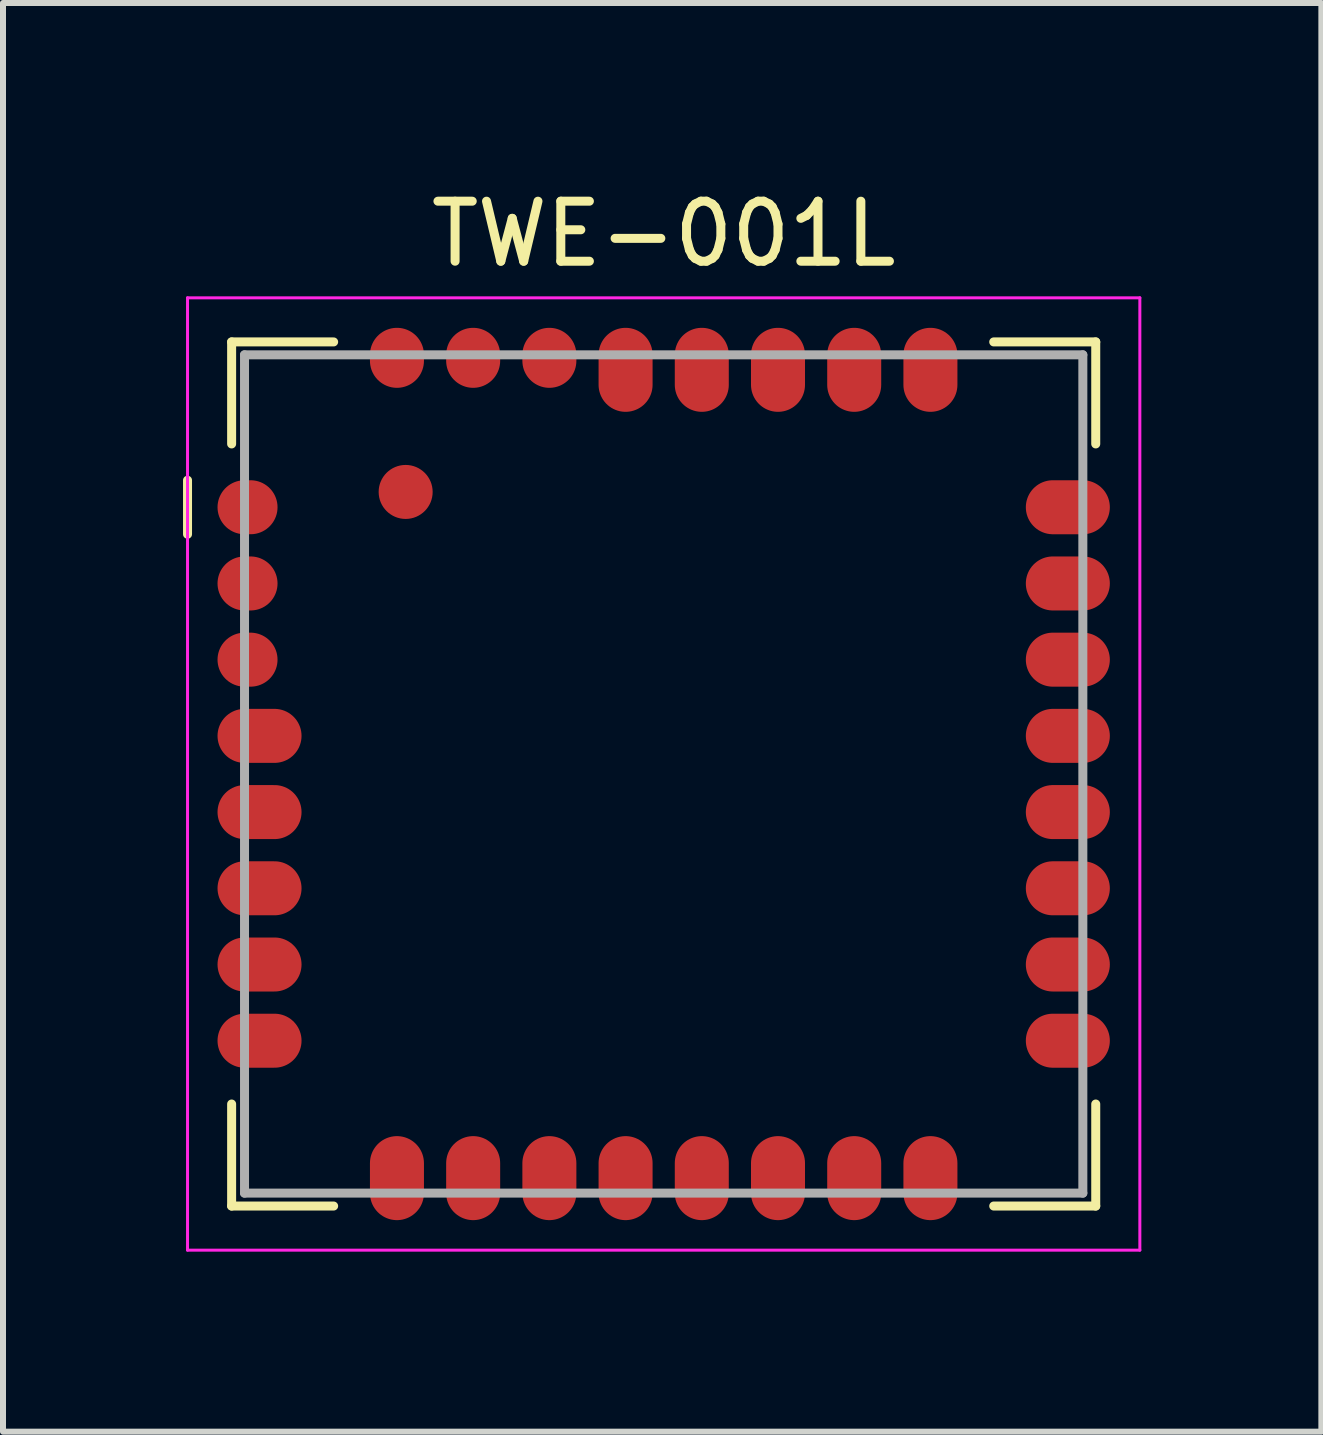
<source format=kicad_pcb>
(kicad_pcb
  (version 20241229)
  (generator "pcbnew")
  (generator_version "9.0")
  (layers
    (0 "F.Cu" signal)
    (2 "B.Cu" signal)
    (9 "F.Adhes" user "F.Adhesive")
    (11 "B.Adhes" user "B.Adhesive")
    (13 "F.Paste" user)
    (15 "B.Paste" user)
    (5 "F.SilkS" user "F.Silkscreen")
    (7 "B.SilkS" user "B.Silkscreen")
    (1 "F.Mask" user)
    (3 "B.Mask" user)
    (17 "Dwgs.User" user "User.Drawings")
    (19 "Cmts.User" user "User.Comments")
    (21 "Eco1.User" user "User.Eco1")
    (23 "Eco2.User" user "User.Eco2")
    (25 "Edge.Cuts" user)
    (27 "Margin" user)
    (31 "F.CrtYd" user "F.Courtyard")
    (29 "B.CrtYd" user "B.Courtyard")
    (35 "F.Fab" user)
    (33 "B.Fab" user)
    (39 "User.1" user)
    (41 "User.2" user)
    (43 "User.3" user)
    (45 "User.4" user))
  (footprint "TWE-001L"
    (layer "F.Cu")
    (at 8.01 9.848)
    (property "Reference" "TWE-001L" (at 0 -9 0) (layer "F.SilkS") (effects (font (size 1 1) (thickness 0.15))))
    (attr smd)
    (fp_line (start -7.935 -4.895) (end -7.935 -3.995) (stroke (width 0.15) (type solid)) (layer "F.SilkS"))
    (fp_line (start -7.2 -7.2) (end -7.2 -5.5) (stroke (width 0.15) (type solid)) (layer "F.SilkS"))
    (fp_line (start -7.2 -7.2) (end -5.5 -7.2) (stroke (width 0.15) (type solid)) (layer "F.SilkS"))
    (fp_line (start -7.2 5.5) (end -7.2 7.2) (stroke (width 0.15) (type solid)) (layer "F.SilkS"))
    (fp_line (start -7.2 7.2) (end -5.5 7.2) (stroke (width 0.15) (type solid)) (layer "F.SilkS"))
    (fp_line (start 5.5 -7.2) (end 7.2 -7.2) (stroke (width 0.15) (type solid)) (layer "F.SilkS"))
    (fp_line (start 5.5 7.2) (end 7.2 7.2) (stroke (width 0.15) (type solid)) (layer "F.SilkS"))
    (fp_line (start 7.2 -7.2) (end 7.2 -5.5) (stroke (width 0.15) (type solid)) (layer "F.SilkS"))
    (fp_line (start 7.2 5.5) (end 7.2 7.2) (stroke (width 0.15) (type solid)) (layer "F.SilkS"))
    (fp_line (start -5.7 -5.7) (end -5.7 -1.4) (stroke (width 0.05) (type solid)) (layer "Eco1.User"))
    (fp_line (start -5.7 -5.7) (end -1.4 -5.7) (stroke (width 0.05) (type solid)) (layer "Eco1.User"))
    (fp_line (start -5.7 -1.4) (end -1.4 -1.4) (stroke (width 0.05) (type solid)) (layer "Eco1.User"))
    (fp_line (start -1.4 -5.7) (end -1.4 -1.4) (stroke (width 0.05) (type solid)) (layer "Eco1.User"))
    (fp_line (start -7.935 -7.935) (end -7.935 7.935) (stroke (width 0.05) (type solid)) (layer "F.CrtYd"))
    (fp_line (start -7.935 -7.935) (end 7.935 -7.935) (stroke (width 0.05) (type solid)) (layer "F.CrtYd"))
    (fp_line (start -7.935 7.935) (end 7.935 7.935) (stroke (width 0.05) (type solid)) (layer "F.CrtYd"))
    (fp_line (start 7.935 -7.935) (end 7.935 7.935) (stroke (width 0.05) (type solid)) (layer "F.CrtYd"))
    (fp_line (start -6.985 -6.985) (end -6.985 6.985) (stroke (width 0.15) (type solid)) (layer "F.Fab"))
    (fp_line (start -6.985 -6.985) (end 6.985 -6.985) (stroke (width 0.15) (type solid)) (layer "F.Fab"))
    (fp_line (start -6.985 6.985) (end 6.985 6.985) (stroke (width 0.15) (type solid)) (layer "F.Fab"))
    (fp_line (start 6.985 -6.985) (end 6.985 6.985) (stroke (width 0.15) (type solid)) (layer "F.Fab"))
    (pad "1" smd oval (at -6.935 -4.445 90) (size 0.9 1) (layers "F.Cu" "F.Mask" "F.Paste"))
    (pad "1" smd circle (at -4.3 -4.7 90) (size 0.9 0.9) (layers "F.Cu" "F.Mask" "F.Paste"))
    (pad "2" smd oval (at -6.935 -3.175 90) (size 0.9 1) (layers "F.Cu" "F.Mask" "F.Paste"))
    (pad "3" smd oval (at -6.935 -1.905 90) (size 0.9 1) (layers "F.Cu" "F.Mask" "F.Paste"))
    (pad "4" smd oval (at -6.735 -0.635 90) (size 0.9 1.4) (layers "F.Cu" "F.Mask" "F.Paste"))
    (pad "5" smd oval (at -6.735 0.635 90) (size 0.9 1.4) (layers "F.Cu" "F.Mask" "F.Paste"))
    (pad "6" smd oval (at -6.735 1.905 90) (size 0.9 1.4) (layers "F.Cu" "F.Mask" "F.Paste"))
    (pad "7" smd oval (at -6.735 3.175 90) (size 0.9 1.4) (layers "F.Cu" "F.Mask" "F.Paste"))
    (pad "8" smd oval (at -6.735 4.445 90) (size 0.9 1.4) (layers "F.Cu" "F.Mask" "F.Paste"))
    (pad "9" smd oval (at -4.445 6.735 180) (size 0.9 1.4) (layers "F.Cu" "F.Mask" "F.Paste"))
    (pad "10" smd oval (at -3.175 6.735 180) (size 0.9 1.4) (layers "F.Cu" "F.Mask" "F.Paste"))
    (pad "11" smd oval (at -1.905 6.735 180) (size 0.9 1.4) (layers "F.Cu" "F.Mask" "F.Paste"))
    (pad "12" smd oval (at -0.635 6.735 180) (size 0.9 1.4) (layers "F.Cu" "F.Mask" "F.Paste"))
    (pad "13" smd oval (at 0.635 6.735 180) (size 0.9 1.4) (layers "F.Cu" "F.Mask" "F.Paste"))
    (pad "14" smd oval (at 1.905 6.735 180) (size 0.9 1.4) (layers "F.Cu" "F.Mask" "F.Paste"))
    (pad "15" smd oval (at 3.175 6.735 180) (size 0.9 1.4) (layers "F.Cu" "F.Mask" "F.Paste"))
    (pad "16" smd oval (at 4.445 6.735 180) (size 0.9 1.4) (layers "F.Cu" "F.Mask" "F.Paste"))
    (pad "17" smd oval (at 6.735 4.445 90) (size 0.9 1.4) (layers "F.Cu" "F.Mask" "F.Paste"))
    (pad "18" smd oval (at 6.735 3.175 90) (size 0.9 1.4) (layers "F.Cu" "F.Mask" "F.Paste"))
    (pad "19" smd oval (at 6.735 1.905 90) (size 0.9 1.4) (layers "F.Cu" "F.Mask" "F.Paste"))
    (pad "20" smd oval (at 6.735 0.635 90) (size 0.9 1.4) (layers "F.Cu" "F.Mask" "F.Paste"))
    (pad "21" smd oval (at 6.735 -0.635 90) (size 0.9 1.4) (layers "F.Cu" "F.Mask" "F.Paste"))
    (pad "22" smd oval (at 6.735 -1.905 90) (size 0.9 1.4) (layers "F.Cu" "F.Mask" "F.Paste"))
    (pad "23" smd oval (at 6.735 -3.175 90) (size 0.9 1.4) (layers "F.Cu" "F.Mask" "F.Paste"))
    (pad "24" smd oval (at 6.735 -4.445 90) (size 0.9 1.4) (layers "F.Cu" "F.Mask" "F.Paste"))
    (pad "25" smd oval (at 4.445 -6.735 180) (size 0.9 1.4) (layers "F.Cu" "F.Mask" "F.Paste"))
    (pad "26" smd oval (at 3.175 -6.735 180) (size 0.9 1.4) (layers "F.Cu" "F.Mask" "F.Paste"))
    (pad "27" smd oval (at 1.905 -6.735 180) (size 0.9 1.4) (layers "F.Cu" "F.Mask" "F.Paste"))
    (pad "28" smd oval (at 0.635 -6.735 180) (size 0.9 1.4) (layers "F.Cu" "F.Mask" "F.Paste"))
    (pad "29" smd oval (at -0.635 -6.735 180) (size 0.9 1.4) (layers "F.Cu" "F.Mask" "F.Paste"))
    (pad "30" smd oval (at -1.905 -6.935 180) (size 0.9 1) (layers "F.Cu" "F.Mask" "F.Paste"))
    (pad "31" smd oval (at -3.175 -6.935 180) (size 0.9 1) (layers "F.Cu" "F.Mask" "F.Paste"))
    (pad "32" smd oval (at -4.445 -6.935 180) (size 0.9 1) (layers "F.Cu" "F.Mask" "F.Paste")))
  (gr_rect
    (start -3 -3)
    (end 18.97 20.808)
    (stroke (width 0.1) (type default))
    (fill no)
    (layer "Edge.Cuts")))
</source>
